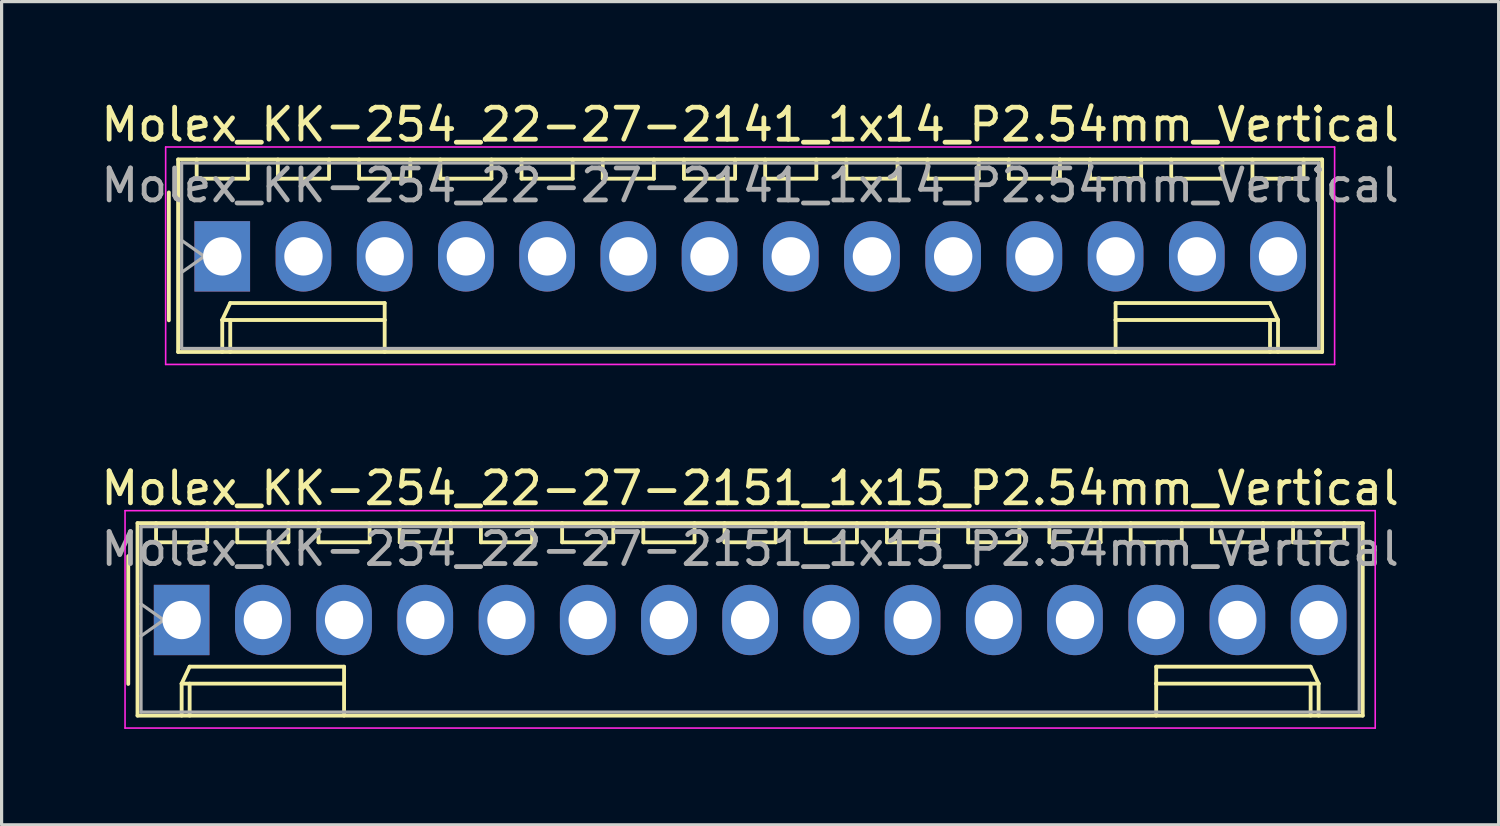
<source format=kicad_pcb>
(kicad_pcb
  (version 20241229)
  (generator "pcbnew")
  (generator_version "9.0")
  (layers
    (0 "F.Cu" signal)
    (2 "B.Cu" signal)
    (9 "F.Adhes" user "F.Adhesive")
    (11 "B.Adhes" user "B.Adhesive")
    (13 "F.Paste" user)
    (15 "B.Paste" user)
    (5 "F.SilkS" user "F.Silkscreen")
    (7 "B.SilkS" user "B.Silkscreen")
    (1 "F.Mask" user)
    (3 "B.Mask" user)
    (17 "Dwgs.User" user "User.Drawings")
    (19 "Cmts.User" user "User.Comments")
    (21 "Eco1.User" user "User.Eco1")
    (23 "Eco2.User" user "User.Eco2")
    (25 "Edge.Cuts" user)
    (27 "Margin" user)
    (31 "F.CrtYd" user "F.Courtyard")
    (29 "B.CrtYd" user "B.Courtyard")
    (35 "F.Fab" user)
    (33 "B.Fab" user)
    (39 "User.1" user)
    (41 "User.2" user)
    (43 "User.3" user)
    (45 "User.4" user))
  (footprint "Molex_KK-254_22-27-2141_1x14_P2.54mm_Vertical"
    (layer "F.Cu")
    (at 3.901 4.968)
    (property "Reference" "Molex_KK-254_22-27-2141_1x14_P2.54mm_Vertical" (at 16.51 -4.12 0) (layer "F.SilkS") (effects (font (size 1 1) (thickness 0.15))))
    (attr through_hole)
    (fp_line (start -1.67 -2) (end -1.67 2) (stroke (width 0.12) (type solid)) (layer "F.SilkS"))
    (fp_line (start -1.38 -3.03) (end -1.38 2.99) (stroke (width 0.12) (type solid)) (layer "F.SilkS"))
    (fp_line (start -1.38 2.99) (end 34.4 2.99) (stroke (width 0.12) (type solid)) (layer "F.SilkS"))
    (fp_line (start -0.8 -3.03) (end -0.8 -2.43) (stroke (width 0.12) (type solid)) (layer "F.SilkS"))
    (fp_line (start -0.8 -2.43) (end 0.8 -2.43) (stroke (width 0.12) (type solid)) (layer "F.SilkS"))
    (fp_line (start 0 1.99) (end 0.25 1.46) (stroke (width 0.12) (type solid)) (layer "F.SilkS"))
    (fp_line (start 0 1.99) (end 5.08 1.99) (stroke (width 0.12) (type solid)) (layer "F.SilkS"))
    (fp_line (start 0 2.99) (end 0 1.99) (stroke (width 0.12) (type solid)) (layer "F.SilkS"))
    (fp_line (start 0.25 1.46) (end 5.08 1.46) (stroke (width 0.12) (type solid)) (layer "F.SilkS"))
    (fp_line (start 0.25 2.99) (end 0.25 1.99) (stroke (width 0.12) (type solid)) (layer "F.SilkS"))
    (fp_line (start 0.8 -2.43) (end 0.8 -3.03) (stroke (width 0.12) (type solid)) (layer "F.SilkS"))
    (fp_line (start 1.74 -3.03) (end 1.74 -2.43) (stroke (width 0.12) (type solid)) (layer "F.SilkS"))
    (fp_line (start 1.74 -2.43) (end 3.34 -2.43) (stroke (width 0.12) (type solid)) (layer "F.SilkS"))
    (fp_line (start 3.34 -2.43) (end 3.34 -3.03) (stroke (width 0.12) (type solid)) (layer "F.SilkS"))
    (fp_line (start 4.28 -3.03) (end 4.28 -2.43) (stroke (width 0.12) (type solid)) (layer "F.SilkS"))
    (fp_line (start 4.28 -2.43) (end 5.88 -2.43) (stroke (width 0.12) (type solid)) (layer "F.SilkS"))
    (fp_line (start 5.08 1.46) (end 5.08 1.99) (stroke (width 0.12) (type solid)) (layer "F.SilkS"))
    (fp_line (start 5.08 1.99) (end 5.08 2.99) (stroke (width 0.12) (type solid)) (layer "F.SilkS"))
    (fp_line (start 5.88 -2.43) (end 5.88 -3.03) (stroke (width 0.12) (type solid)) (layer "F.SilkS"))
    (fp_line (start 6.82 -3.03) (end 6.82 -2.43) (stroke (width 0.12) (type solid)) (layer "F.SilkS"))
    (fp_line (start 6.82 -2.43) (end 8.42 -2.43) (stroke (width 0.12) (type solid)) (layer "F.SilkS"))
    (fp_line (start 8.42 -2.43) (end 8.42 -3.03) (stroke (width 0.12) (type solid)) (layer "F.SilkS"))
    (fp_line (start 9.36 -3.03) (end 9.36 -2.43) (stroke (width 0.12) (type solid)) (layer "F.SilkS"))
    (fp_line (start 9.36 -2.43) (end 10.96 -2.43) (stroke (width 0.12) (type solid)) (layer "F.SilkS"))
    (fp_line (start 10.96 -2.43) (end 10.96 -3.03) (stroke (width 0.12) (type solid)) (layer "F.SilkS"))
    (fp_line (start 11.9 -3.03) (end 11.9 -2.43) (stroke (width 0.12) (type solid)) (layer "F.SilkS"))
    (fp_line (start 11.9 -2.43) (end 13.5 -2.43) (stroke (width 0.12) (type solid)) (layer "F.SilkS"))
    (fp_line (start 13.5 -2.43) (end 13.5 -3.03) (stroke (width 0.12) (type solid)) (layer "F.SilkS"))
    (fp_line (start 14.44 -3.03) (end 14.44 -2.43) (stroke (width 0.12) (type solid)) (layer "F.SilkS"))
    (fp_line (start 14.44 -2.43) (end 16.04 -2.43) (stroke (width 0.12) (type solid)) (layer "F.SilkS"))
    (fp_line (start 16.04 -2.43) (end 16.04 -3.03) (stroke (width 0.12) (type solid)) (layer "F.SilkS"))
    (fp_line (start 16.98 -3.03) (end 16.98 -2.43) (stroke (width 0.12) (type solid)) (layer "F.SilkS"))
    (fp_line (start 16.98 -2.43) (end 18.58 -2.43) (stroke (width 0.12) (type solid)) (layer "F.SilkS"))
    (fp_line (start 18.58 -2.43) (end 18.58 -3.03) (stroke (width 0.12) (type solid)) (layer "F.SilkS"))
    (fp_line (start 19.52 -3.03) (end 19.52 -2.43) (stroke (width 0.12) (type solid)) (layer "F.SilkS"))
    (fp_line (start 19.52 -2.43) (end 21.12 -2.43) (stroke (width 0.12) (type solid)) (layer "F.SilkS"))
    (fp_line (start 21.12 -2.43) (end 21.12 -3.03) (stroke (width 0.12) (type solid)) (layer "F.SilkS"))
    (fp_line (start 22.06 -3.03) (end 22.06 -2.43) (stroke (width 0.12) (type solid)) (layer "F.SilkS"))
    (fp_line (start 22.06 -2.43) (end 23.66 -2.43) (stroke (width 0.12) (type solid)) (layer "F.SilkS"))
    (fp_line (start 23.66 -2.43) (end 23.66 -3.03) (stroke (width 0.12) (type solid)) (layer "F.SilkS"))
    (fp_line (start 24.6 -3.03) (end 24.6 -2.43) (stroke (width 0.12) (type solid)) (layer "F.SilkS"))
    (fp_line (start 24.6 -2.43) (end 26.2 -2.43) (stroke (width 0.12) (type solid)) (layer "F.SilkS"))
    (fp_line (start 26.2 -2.43) (end 26.2 -3.03) (stroke (width 0.12) (type solid)) (layer "F.SilkS"))
    (fp_line (start 27.14 -3.03) (end 27.14 -2.43) (stroke (width 0.12) (type solid)) (layer "F.SilkS"))
    (fp_line (start 27.14 -2.43) (end 28.74 -2.43) (stroke (width 0.12) (type solid)) (layer "F.SilkS"))
    (fp_line (start 27.94 1.46) (end 27.94 1.99) (stroke (width 0.12) (type solid)) (layer "F.SilkS"))
    (fp_line (start 27.94 1.99) (end 27.94 2.99) (stroke (width 0.12) (type solid)) (layer "F.SilkS"))
    (fp_line (start 28.74 -2.43) (end 28.74 -3.03) (stroke (width 0.12) (type solid)) (layer "F.SilkS"))
    (fp_line (start 29.68 -3.03) (end 29.68 -2.43) (stroke (width 0.12) (type solid)) (layer "F.SilkS"))
    (fp_line (start 29.68 -2.43) (end 31.28 -2.43) (stroke (width 0.12) (type solid)) (layer "F.SilkS"))
    (fp_line (start 31.28 -2.43) (end 31.28 -3.03) (stroke (width 0.12) (type solid)) (layer "F.SilkS"))
    (fp_line (start 32.22 -3.03) (end 32.22 -2.43) (stroke (width 0.12) (type solid)) (layer "F.SilkS"))
    (fp_line (start 32.22 -2.43) (end 33.82 -2.43) (stroke (width 0.12) (type solid)) (layer "F.SilkS"))
    (fp_line (start 32.77 1.46) (end 27.94 1.46) (stroke (width 0.12) (type solid)) (layer "F.SilkS"))
    (fp_line (start 32.77 2.99) (end 32.77 1.99) (stroke (width 0.12) (type solid)) (layer "F.SilkS"))
    (fp_line (start 33.02 1.99) (end 27.94 1.99) (stroke (width 0.12) (type solid)) (layer "F.SilkS"))
    (fp_line (start 33.02 1.99) (end 32.77 1.46) (stroke (width 0.12) (type solid)) (layer "F.SilkS"))
    (fp_line (start 33.02 2.99) (end 33.02 1.99) (stroke (width 0.12) (type solid)) (layer "F.SilkS"))
    (fp_line (start 33.82 -2.43) (end 33.82 -3.03) (stroke (width 0.12) (type solid)) (layer "F.SilkS"))
    (fp_line (start 34.4 -3.03) (end -1.38 -3.03) (stroke (width 0.12) (type solid)) (layer "F.SilkS"))
    (fp_line (start 34.4 2.99) (end 34.4 -3.03) (stroke (width 0.12) (type solid)) (layer "F.SilkS"))
    (fp_line (start -1.77 -3.42) (end -1.77 3.38) (stroke (width 0.05) (type solid)) (layer "F.CrtYd"))
    (fp_line (start -1.77 3.38) (end 34.79 3.38) (stroke (width 0.05) (type solid)) (layer "F.CrtYd"))
    (fp_line (start 34.79 -3.42) (end -1.77 -3.42) (stroke (width 0.05) (type solid)) (layer "F.CrtYd"))
    (fp_line (start 34.79 3.38) (end 34.79 -3.42) (stroke (width 0.05) (type solid)) (layer "F.CrtYd"))
    (fp_line (start -1.27 -2.92) (end -1.27 2.88) (stroke (width 0.1) (type solid)) (layer "F.Fab"))
    (fp_line (start -1.27 -0.5) (end -0.563 0) (stroke (width 0.1) (type solid)) (layer "F.Fab"))
    (fp_line (start -1.27 2.88) (end 34.29 2.88) (stroke (width 0.1) (type solid)) (layer "F.Fab"))
    (fp_line (start -0.563 0) (end -1.27 0.5) (stroke (width 0.1) (type solid)) (layer "F.Fab"))
    (fp_line (start 34.29 -2.92) (end -1.27 -2.92) (stroke (width 0.1) (type solid)) (layer "F.Fab"))
    (fp_line (start 34.29 2.88) (end 34.29 -2.92) (stroke (width 0.1) (type solid)) (layer "F.Fab"))
    (fp_text user "${REFERENCE}" (at 16.51 -2.22 0) (layer "F.Fab") (effects (font (size 1 1) (thickness 0.15))))
    (pad "1" thru_hole rect (at 0 0) (size 1.74 2.2) (drill 1.2) (layers "*.Cu" "*.Mask"))
    (pad "2" thru_hole oval (at 2.54 0) (size 1.74 2.2) (drill 1.2) (layers "*.Cu" "*.Mask"))
    (pad "3" thru_hole oval (at 5.08 0) (size 1.74 2.2) (drill 1.2) (layers "*.Cu" "*.Mask"))
    (pad "4" thru_hole oval (at 7.62 0) (size 1.74 2.2) (drill 1.2) (layers "*.Cu" "*.Mask"))
    (pad "5" thru_hole oval (at 10.16 0) (size 1.74 2.2) (drill 1.2) (layers "*.Cu" "*.Mask"))
    (pad "6" thru_hole oval (at 12.7 0) (size 1.74 2.2) (drill 1.2) (layers "*.Cu" "*.Mask"))
    (pad "7" thru_hole oval (at 15.24 0) (size 1.74 2.2) (drill 1.2) (layers "*.Cu" "*.Mask"))
    (pad "8" thru_hole oval (at 17.78 0) (size 1.74 2.2) (drill 1.2) (layers "*.Cu" "*.Mask"))
    (pad "9" thru_hole oval (at 20.32 0) (size 1.74 2.2) (drill 1.2) (layers "*.Cu" "*.Mask"))
    (pad "10" thru_hole oval (at 22.86 0) (size 1.74 2.2) (drill 1.2) (layers "*.Cu" "*.Mask"))
    (pad "11" thru_hole oval (at 25.4 0) (size 1.74 2.2) (drill 1.2) (layers "*.Cu" "*.Mask"))
    (pad "12" thru_hole oval (at 27.94 0) (size 1.74 2.2) (drill 1.2) (layers "*.Cu" "*.Mask"))
    (pad "13" thru_hole oval (at 30.48 0) (size 1.74 2.2) (drill 1.2) (layers "*.Cu" "*.Mask"))
    (pad "14" thru_hole oval (at 33.02 0) (size 1.74 2.2) (drill 1.2) (layers "*.Cu" "*.Mask")))
  (footprint "Molex_KK-254_22-27-2151_1x15_P2.54mm_Vertical"
    (layer "F.Cu")
    (at 2.631 16.341)
    (property "Reference" "Molex_KK-254_22-27-2151_1x15_P2.54mm_Vertical" (at 17.78 -4.12 0) (layer "F.SilkS") (effects (font (size 1 1) (thickness 0.15))))
    (attr through_hole)
    (fp_line (start -1.67 -2) (end -1.67 2) (stroke (width 0.12) (type solid)) (layer "F.SilkS"))
    (fp_line (start -1.38 -3.03) (end -1.38 2.99) (stroke (width 0.12) (type solid)) (layer "F.SilkS"))
    (fp_line (start -1.38 2.99) (end 36.94 2.99) (stroke (width 0.12) (type solid)) (layer "F.SilkS"))
    (fp_line (start -0.8 -3.03) (end -0.8 -2.43) (stroke (width 0.12) (type solid)) (layer "F.SilkS"))
    (fp_line (start -0.8 -2.43) (end 0.8 -2.43) (stroke (width 0.12) (type solid)) (layer "F.SilkS"))
    (fp_line (start 0 1.99) (end 0.25 1.46) (stroke (width 0.12) (type solid)) (layer "F.SilkS"))
    (fp_line (start 0 1.99) (end 5.08 1.99) (stroke (width 0.12) (type solid)) (layer "F.SilkS"))
    (fp_line (start 0 2.99) (end 0 1.99) (stroke (width 0.12) (type solid)) (layer "F.SilkS"))
    (fp_line (start 0.25 1.46) (end 5.08 1.46) (stroke (width 0.12) (type solid)) (layer "F.SilkS"))
    (fp_line (start 0.25 2.99) (end 0.25 1.99) (stroke (width 0.12) (type solid)) (layer "F.SilkS"))
    (fp_line (start 0.8 -2.43) (end 0.8 -3.03) (stroke (width 0.12) (type solid)) (layer "F.SilkS"))
    (fp_line (start 1.74 -3.03) (end 1.74 -2.43) (stroke (width 0.12) (type solid)) (layer "F.SilkS"))
    (fp_line (start 1.74 -2.43) (end 3.34 -2.43) (stroke (width 0.12) (type solid)) (layer "F.SilkS"))
    (fp_line (start 3.34 -2.43) (end 3.34 -3.03) (stroke (width 0.12) (type solid)) (layer "F.SilkS"))
    (fp_line (start 4.28 -3.03) (end 4.28 -2.43) (stroke (width 0.12) (type solid)) (layer "F.SilkS"))
    (fp_line (start 4.28 -2.43) (end 5.88 -2.43) (stroke (width 0.12) (type solid)) (layer "F.SilkS"))
    (fp_line (start 5.08 1.46) (end 5.08 1.99) (stroke (width 0.12) (type solid)) (layer "F.SilkS"))
    (fp_line (start 5.08 1.99) (end 5.08 2.99) (stroke (width 0.12) (type solid)) (layer "F.SilkS"))
    (fp_line (start 5.88 -2.43) (end 5.88 -3.03) (stroke (width 0.12) (type solid)) (layer "F.SilkS"))
    (fp_line (start 6.82 -3.03) (end 6.82 -2.43) (stroke (width 0.12) (type solid)) (layer "F.SilkS"))
    (fp_line (start 6.82 -2.43) (end 8.42 -2.43) (stroke (width 0.12) (type solid)) (layer "F.SilkS"))
    (fp_line (start 8.42 -2.43) (end 8.42 -3.03) (stroke (width 0.12) (type solid)) (layer "F.SilkS"))
    (fp_line (start 9.36 -3.03) (end 9.36 -2.43) (stroke (width 0.12) (type solid)) (layer "F.SilkS"))
    (fp_line (start 9.36 -2.43) (end 10.96 -2.43) (stroke (width 0.12) (type solid)) (layer "F.SilkS"))
    (fp_line (start 10.96 -2.43) (end 10.96 -3.03) (stroke (width 0.12) (type solid)) (layer "F.SilkS"))
    (fp_line (start 11.9 -3.03) (end 11.9 -2.43) (stroke (width 0.12) (type solid)) (layer "F.SilkS"))
    (fp_line (start 11.9 -2.43) (end 13.5 -2.43) (stroke (width 0.12) (type solid)) (layer "F.SilkS"))
    (fp_line (start 13.5 -2.43) (end 13.5 -3.03) (stroke (width 0.12) (type solid)) (layer "F.SilkS"))
    (fp_line (start 14.44 -3.03) (end 14.44 -2.43) (stroke (width 0.12) (type solid)) (layer "F.SilkS"))
    (fp_line (start 14.44 -2.43) (end 16.04 -2.43) (stroke (width 0.12) (type solid)) (layer "F.SilkS"))
    (fp_line (start 16.04 -2.43) (end 16.04 -3.03) (stroke (width 0.12) (type solid)) (layer "F.SilkS"))
    (fp_line (start 16.98 -3.03) (end 16.98 -2.43) (stroke (width 0.12) (type solid)) (layer "F.SilkS"))
    (fp_line (start 16.98 -2.43) (end 18.58 -2.43) (stroke (width 0.12) (type solid)) (layer "F.SilkS"))
    (fp_line (start 18.58 -2.43) (end 18.58 -3.03) (stroke (width 0.12) (type solid)) (layer "F.SilkS"))
    (fp_line (start 19.52 -3.03) (end 19.52 -2.43) (stroke (width 0.12) (type solid)) (layer "F.SilkS"))
    (fp_line (start 19.52 -2.43) (end 21.12 -2.43) (stroke (width 0.12) (type solid)) (layer "F.SilkS"))
    (fp_line (start 21.12 -2.43) (end 21.12 -3.03) (stroke (width 0.12) (type solid)) (layer "F.SilkS"))
    (fp_line (start 22.06 -3.03) (end 22.06 -2.43) (stroke (width 0.12) (type solid)) (layer "F.SilkS"))
    (fp_line (start 22.06 -2.43) (end 23.66 -2.43) (stroke (width 0.12) (type solid)) (layer "F.SilkS"))
    (fp_line (start 23.66 -2.43) (end 23.66 -3.03) (stroke (width 0.12) (type solid)) (layer "F.SilkS"))
    (fp_line (start 24.6 -3.03) (end 24.6 -2.43) (stroke (width 0.12) (type solid)) (layer "F.SilkS"))
    (fp_line (start 24.6 -2.43) (end 26.2 -2.43) (stroke (width 0.12) (type solid)) (layer "F.SilkS"))
    (fp_line (start 26.2 -2.43) (end 26.2 -3.03) (stroke (width 0.12) (type solid)) (layer "F.SilkS"))
    (fp_line (start 27.14 -3.03) (end 27.14 -2.43) (stroke (width 0.12) (type solid)) (layer "F.SilkS"))
    (fp_line (start 27.14 -2.43) (end 28.74 -2.43) (stroke (width 0.12) (type solid)) (layer "F.SilkS"))
    (fp_line (start 28.74 -2.43) (end 28.74 -3.03) (stroke (width 0.12) (type solid)) (layer "F.SilkS"))
    (fp_line (start 29.68 -3.03) (end 29.68 -2.43) (stroke (width 0.12) (type solid)) (layer "F.SilkS"))
    (fp_line (start 29.68 -2.43) (end 31.28 -2.43) (stroke (width 0.12) (type solid)) (layer "F.SilkS"))
    (fp_line (start 30.48 1.46) (end 30.48 1.99) (stroke (width 0.12) (type solid)) (layer "F.SilkS"))
    (fp_line (start 30.48 1.99) (end 30.48 2.99) (stroke (width 0.12) (type solid)) (layer "F.SilkS"))
    (fp_line (start 31.28 -2.43) (end 31.28 -3.03) (stroke (width 0.12) (type solid)) (layer "F.SilkS"))
    (fp_line (start 32.22 -3.03) (end 32.22 -2.43) (stroke (width 0.12) (type solid)) (layer "F.SilkS"))
    (fp_line (start 32.22 -2.43) (end 33.82 -2.43) (stroke (width 0.12) (type solid)) (layer "F.SilkS"))
    (fp_line (start 33.82 -2.43) (end 33.82 -3.03) (stroke (width 0.12) (type solid)) (layer "F.SilkS"))
    (fp_line (start 34.76 -3.03) (end 34.76 -2.43) (stroke (width 0.12) (type solid)) (layer "F.SilkS"))
    (fp_line (start 34.76 -2.43) (end 36.36 -2.43) (stroke (width 0.12) (type solid)) (layer "F.SilkS"))
    (fp_line (start 35.31 1.46) (end 30.48 1.46) (stroke (width 0.12) (type solid)) (layer "F.SilkS"))
    (fp_line (start 35.31 2.99) (end 35.31 1.99) (stroke (width 0.12) (type solid)) (layer "F.SilkS"))
    (fp_line (start 35.56 1.99) (end 30.48 1.99) (stroke (width 0.12) (type solid)) (layer "F.SilkS"))
    (fp_line (start 35.56 1.99) (end 35.31 1.46) (stroke (width 0.12) (type solid)) (layer "F.SilkS"))
    (fp_line (start 35.56 2.99) (end 35.56 1.99) (stroke (width 0.12) (type solid)) (layer "F.SilkS"))
    (fp_line (start 36.36 -2.43) (end 36.36 -3.03) (stroke (width 0.12) (type solid)) (layer "F.SilkS"))
    (fp_line (start 36.94 -3.03) (end -1.38 -3.03) (stroke (width 0.12) (type solid)) (layer "F.SilkS"))
    (fp_line (start 36.94 2.99) (end 36.94 -3.03) (stroke (width 0.12) (type solid)) (layer "F.SilkS"))
    (fp_line (start -1.77 -3.42) (end -1.77 3.38) (stroke (width 0.05) (type solid)) (layer "F.CrtYd"))
    (fp_line (start -1.77 3.38) (end 37.33 3.38) (stroke (width 0.05) (type solid)) (layer "F.CrtYd"))
    (fp_line (start 37.33 -3.42) (end -1.77 -3.42) (stroke (width 0.05) (type solid)) (layer "F.CrtYd"))
    (fp_line (start 37.33 3.38) (end 37.33 -3.42) (stroke (width 0.05) (type solid)) (layer "F.CrtYd"))
    (fp_line (start -1.27 -2.92) (end -1.27 2.88) (stroke (width 0.1) (type solid)) (layer "F.Fab"))
    (fp_line (start -1.27 -0.5) (end -0.563 0) (stroke (width 0.1) (type solid)) (layer "F.Fab"))
    (fp_line (start -1.27 2.88) (end 36.83 2.88) (stroke (width 0.1) (type solid)) (layer "F.Fab"))
    (fp_line (start -0.563 0) (end -1.27 0.5) (stroke (width 0.1) (type solid)) (layer "F.Fab"))
    (fp_line (start 36.83 -2.92) (end -1.27 -2.92) (stroke (width 0.1) (type solid)) (layer "F.Fab"))
    (fp_line (start 36.83 2.88) (end 36.83 -2.92) (stroke (width 0.1) (type solid)) (layer "F.Fab"))
    (fp_text user "${REFERENCE}" (at 17.78 -2.22 0) (layer "F.Fab") (effects (font (size 1 1) (thickness 0.15))))
    (pad "1" thru_hole rect (at 0 0) (size 1.74 2.2) (drill 1.2) (layers "*.Cu" "*.Mask"))
    (pad "2" thru_hole oval (at 2.54 0) (size 1.74 2.2) (drill 1.2) (layers "*.Cu" "*.Mask"))
    (pad "3" thru_hole oval (at 5.08 0) (size 1.74 2.2) (drill 1.2) (layers "*.Cu" "*.Mask"))
    (pad "4" thru_hole oval (at 7.62 0) (size 1.74 2.2) (drill 1.2) (layers "*.Cu" "*.Mask"))
    (pad "5" thru_hole oval (at 10.16 0) (size 1.74 2.2) (drill 1.2) (layers "*.Cu" "*.Mask"))
    (pad "6" thru_hole oval (at 12.7 0) (size 1.74 2.2) (drill 1.2) (layers "*.Cu" "*.Mask"))
    (pad "7" thru_hole oval (at 15.24 0) (size 1.74 2.2) (drill 1.2) (layers "*.Cu" "*.Mask"))
    (pad "8" thru_hole oval (at 17.78 0) (size 1.74 2.2) (drill 1.2) (layers "*.Cu" "*.Mask"))
    (pad "9" thru_hole oval (at 20.32 0) (size 1.74 2.2) (drill 1.2) (layers "*.Cu" "*.Mask"))
    (pad "10" thru_hole oval (at 22.86 0) (size 1.74 2.2) (drill 1.2) (layers "*.Cu" "*.Mask"))
    (pad "11" thru_hole oval (at 25.4 0) (size 1.74 2.2) (drill 1.2) (layers "*.Cu" "*.Mask"))
    (pad "12" thru_hole oval (at 27.94 0) (size 1.74 2.2) (drill 1.2) (layers "*.Cu" "*.Mask"))
    (pad "13" thru_hole oval (at 30.48 0) (size 1.74 2.2) (drill 1.2) (layers "*.Cu" "*.Mask"))
    (pad "14" thru_hole oval (at 33.02 0) (size 1.74 2.2) (drill 1.2) (layers "*.Cu" "*.Mask"))
    (pad "15" thru_hole oval (at 35.56 0) (size 1.74 2.2) (drill 1.2) (layers "*.Cu" "*.Mask")))
  (gr_rect
    (start -3 -3)
    (end 43.821 22.747)
    (stroke (width 0.1) (type default))
    (fill no)
    (layer "Edge.Cuts")))
</source>
